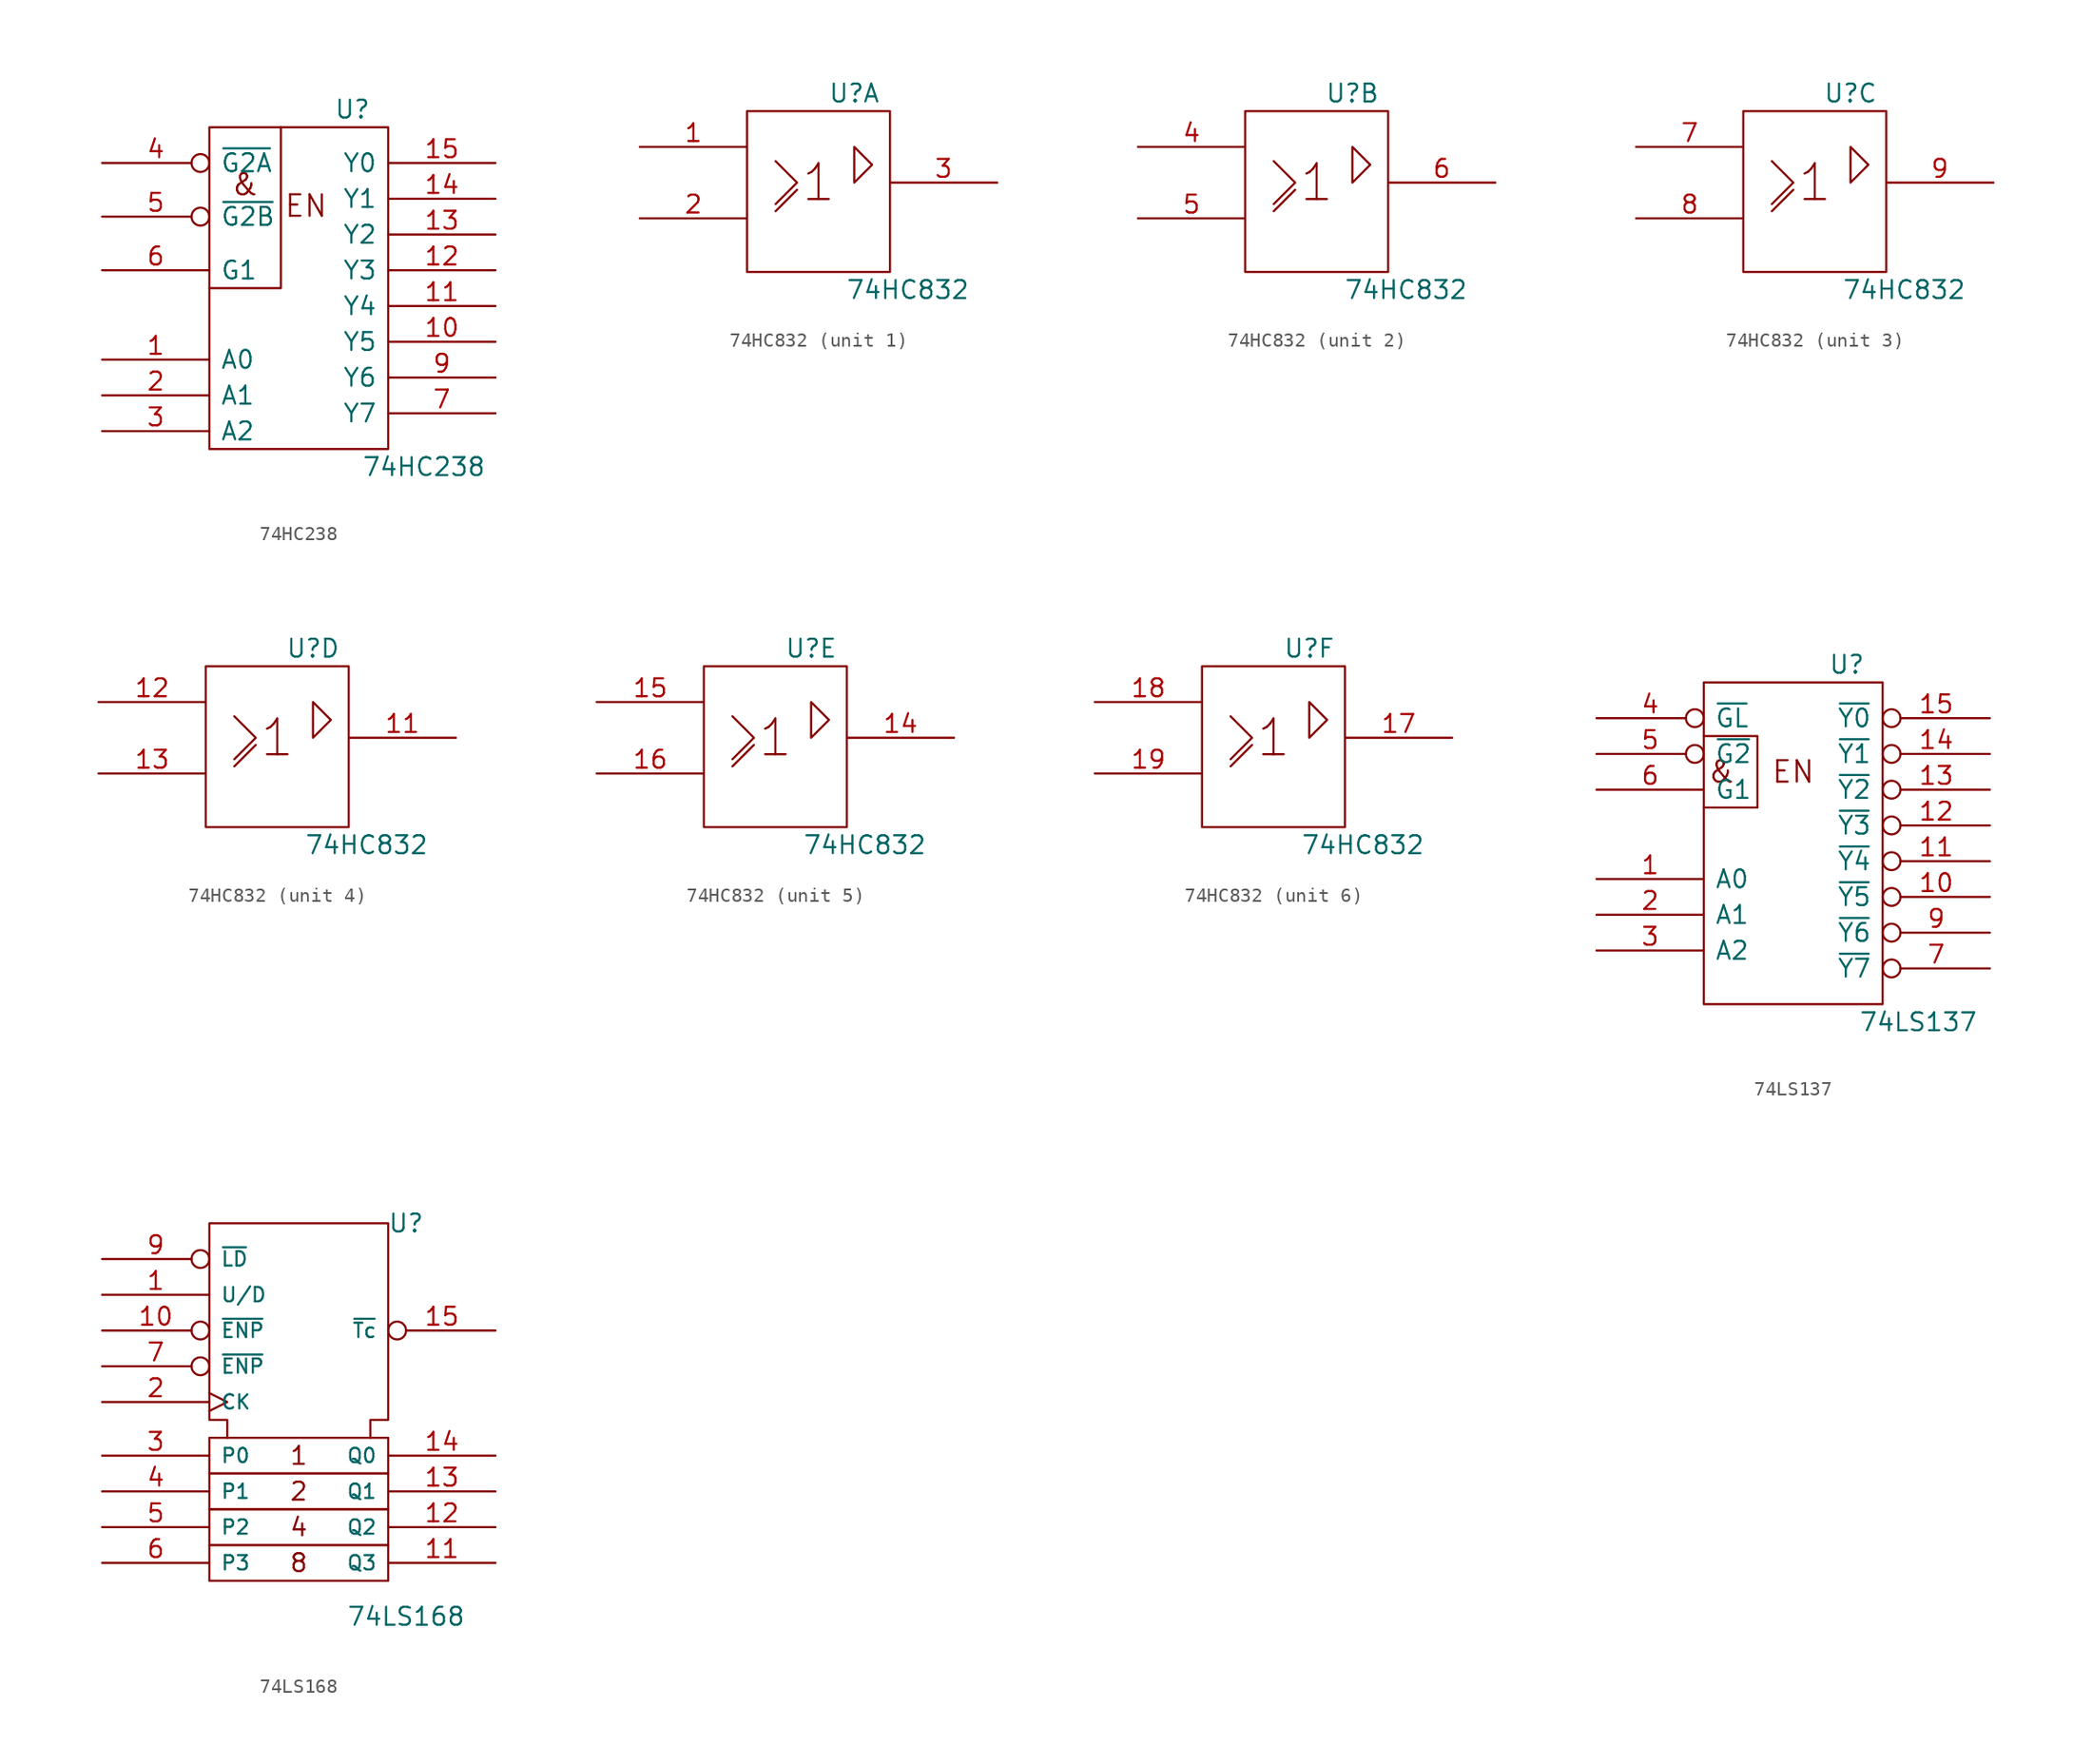
<source format=kicad_sym>
(kicad_symbol_lib
  (version 20211014)
  (generator kicad_symbol_editor)
  (symbol "74HC238"
    (pin_names
      (offset 0.762))
    (property "Reference" "U"
      (at 3.81 8.89 0)
      (effects (font (size 1.27 1.27))))
    (property "Value" "74HC238"
      (at 8.89 -16.51 0)
      (effects (font (size 1.27 1.27))))
    (symbol "74HC238_0_0"
      (text "&" (at -3.81 3.556 0) (effects (font (size 1.524 1.524))))
      (text "EN" (at 0.508 2.032 0) (effects (font (size 1.524 1.524))))
      (pin power_in line (at 0 7.62 270) (length 0) hide (name "VCC" (effects (font (size 1.27 1.27)))) (number "16" (effects (font (size 1.27 1.27))))))
    (symbol "74HC238_0_1"
      (rectangle (start -6.35 7.62) (end 6.35 -15.24) (stroke (width 0) (type default) (color 0 0 0 0)) (fill (type none)))
      (polyline (pts (xy -1.27 7.62) (xy -1.27 -3.81) (xy -6.35 -3.81) (xy -6.35 -3.81)) (stroke (width 0) (type default) (color 0 0 0 0)) (fill (type none))))
    (symbol "74HC238_1_1"
      (pin input line (at -13.97 -8.89 0) (length 7.62) (name "A0" (effects (font (size 1.27 1.27)))) (number "1" (effects (font (size 1.27 1.27)))))
      (pin output line (at 13.97 -7.62 180) (length 7.62) (name "Y5" (effects (font (size 1.27 1.27)))) (number "10" (effects (font (size 1.27 1.27)))))
      (pin output line (at 13.97 -5.08 180) (length 7.62) (name "Y4" (effects (font (size 1.27 1.27)))) (number "11" (effects (font (size 1.27 1.27)))))
      (pin output line (at 13.97 -2.54 180) (length 7.62) (name "Y3" (effects (font (size 1.27 1.27)))) (number "12" (effects (font (size 1.27 1.27)))))
      (pin output line (at 13.97 0 180) (length 7.62) (name "Y2" (effects (font (size 1.27 1.27)))) (number "13" (effects (font (size 1.27 1.27)))))
      (pin output line (at 13.97 2.54 180) (length 7.62) (name "Y1" (effects (font (size 1.27 1.27)))) (number "14" (effects (font (size 1.27 1.27)))))
      (pin output line (at 13.97 5.08 180) (length 7.62) (name "Y0" (effects (font (size 1.27 1.27)))) (number "15" (effects (font (size 1.27 1.27)))))
      (pin input line (at -13.97 -11.43 0) (length 7.62) (name "A1" (effects (font (size 1.27 1.27)))) (number "2" (effects (font (size 1.27 1.27)))))
      (pin input line (at -13.97 -13.97 0) (length 7.62) (name "A2" (effects (font (size 1.27 1.27)))) (number "3" (effects (font (size 1.27 1.27)))))
      (pin input inverted (at -13.97 5.08 0) (length 7.62) (name "~{G2A}" (effects (font (size 1.27 1.27)))) (number "4" (effects (font (size 1.27 1.27)))))
      (pin input inverted (at -13.97 1.27 0) (length 7.62) (name "~{G2B}" (effects (font (size 1.27 1.27)))) (number "5" (effects (font (size 1.27 1.27)))))
      (pin input line (at -13.97 -2.54 0) (length 7.62) (name "G1" (effects (font (size 1.27 1.27)))) (number "6" (effects (font (size 1.27 1.27)))))
      (pin output line (at 13.97 -12.7 180) (length 7.62) (name "Y7" (effects (font (size 1.27 1.27)))) (number "7" (effects (font (size 1.27 1.27)))))
      (pin power_in line (at 0 -15.24 90) (length 0) hide (name "GND" (effects (font (size 1.27 1.27)))) (number "8" (effects (font (size 1.27 1.27)))))
      (pin output line (at 13.97 -10.16 180) (length 7.62) (name "Y6" (effects (font (size 1.27 1.27)))) (number "9" (effects (font (size 1.27 1.27)))))))
  (symbol "74HC832"
    (pin_names
      (offset 0.762))
    (property "Reference" "U"
      (at 2.54 6.35 0)
      (effects (font (size 1.27 1.27))))
    (property "Value" "74HC832"
      (at 6.35 -7.62 0)
      (effects (font (size 1.27 1.27))))
    (symbol "74HC832_0_1"
      (rectangle (start -5.08 5.08) (end 5.08 -6.35) (stroke (width 0) (type default) (color 0 0 0 0)) (fill (type none)))
      (polyline (pts (xy -3.048 -2.032) (xy -1.524 -0.508) (xy -1.524 -0.508)) (stroke (width 0) (type default) (color 0 0 0 0)) (fill (type none)))
      (polyline (pts (xy -3.048 1.524) (xy -1.524 0) (xy -3.048 -1.524) (xy -3.048 -1.524)) (stroke (width 0) (type default) (color 0 0 0 0)) (fill (type none)))
      (polyline (pts (xy 2.54 0) (xy 2.54 2.54) (xy 3.81 1.27) (xy 2.54 0) (xy 2.54 0)) (stroke (width 0) (type default) (color 0 0 0 0)) (fill (type none)))
      (text "1" (at 0 0 0) (effects (font (size 2.54 2.54))))
      (pin power_in line (at 0 -6.35 90) (length 0) hide (name "Gnd" (effects (font (size 1.27 1.27)))) (number "10" (effects (font (size 1.27 1.27)))))
      (pin power_in line (at 0 5.08 270) (length 0) hide (name "Vcc" (effects (font (size 1.27 1.27)))) (number "20" (effects (font (size 1.27 1.27))))))
    (symbol "74HC832_1_1"
      (pin input line (at -12.7 2.54 0) (length 7.62) (name "~" (effects (font (size 1.27 1.27)))) (number "1" (effects (font (size 1.27 1.27)))))
      (pin input line (at -12.7 -2.54 0) (length 7.62) (name "~" (effects (font (size 1.27 1.27)))) (number "2" (effects (font (size 1.27 1.27)))))
      (pin output line (at 12.7 0 180) (length 7.62) (name "~" (effects (font (size 1.27 1.27)))) (number "3" (effects (font (size 1.27 1.27))))))
    (symbol "74HC832_2_1"
      (pin input line (at -12.7 2.54 0) (length 7.62) (name "~" (effects (font (size 1.27 1.27)))) (number "4" (effects (font (size 1.27 1.27)))))
      (pin input line (at -12.7 -2.54 0) (length 7.62) (name "~" (effects (font (size 1.27 1.27)))) (number "5" (effects (font (size 1.27 1.27)))))
      (pin output line (at 12.7 0 180) (length 7.62) (name "~" (effects (font (size 1.27 1.27)))) (number "6" (effects (font (size 1.27 1.27))))))
    (symbol "74HC832_3_1"
      (pin input line (at -12.7 2.54 0) (length 7.62) (name "~" (effects (font (size 1.27 1.27)))) (number "7" (effects (font (size 1.27 1.27)))))
      (pin input line (at -12.7 -2.54 0) (length 7.62) (name "~" (effects (font (size 1.27 1.27)))) (number "8" (effects (font (size 1.27 1.27)))))
      (pin output line (at 12.7 0 180) (length 7.62) (name "~" (effects (font (size 1.27 1.27)))) (number "9" (effects (font (size 1.27 1.27))))))
    (symbol "74HC832_4_1"
      (pin output line (at 12.7 0 180) (length 7.62) (name "~" (effects (font (size 1.27 1.27)))) (number "11" (effects (font (size 1.27 1.27)))))
      (pin input line (at -12.7 2.54 0) (length 7.62) (name "~" (effects (font (size 1.27 1.27)))) (number "12" (effects (font (size 1.27 1.27)))))
      (pin input line (at -12.7 -2.54 0) (length 7.62) (name "~" (effects (font (size 1.27 1.27)))) (number "13" (effects (font (size 1.27 1.27))))))
    (symbol "74HC832_5_1"
      (pin output line (at 12.7 0 180) (length 7.62) (name "~" (effects (font (size 1.27 1.27)))) (number "14" (effects (font (size 1.27 1.27)))))
      (pin input line (at -12.7 2.54 0) (length 7.62) (name "~" (effects (font (size 1.27 1.27)))) (number "15" (effects (font (size 1.27 1.27)))))
      (pin input line (at -12.7 -2.54 0) (length 7.62) (name "~" (effects (font (size 1.27 1.27)))) (number "16" (effects (font (size 1.27 1.27))))))
    (symbol "74HC832_6_1"
      (pin output line (at 12.7 0 180) (length 7.62) (name "~" (effects (font (size 1.27 1.27)))) (number "17" (effects (font (size 1.27 1.27)))))
      (pin input line (at -12.7 2.54 0) (length 7.62) (name "~" (effects (font (size 1.27 1.27)))) (number "18" (effects (font (size 1.27 1.27)))))
      (pin input line (at -12.7 -2.54 0) (length 7.62) (name "~" (effects (font (size 1.27 1.27)))) (number "19" (effects (font (size 1.27 1.27)))))))
  (symbol "74LS137"
    (pin_names
      (offset 0.762))
    (property "Reference" "U"
      (at 3.81 8.89 0)
      (effects (font (size 1.27 1.27))))
    (property "Value" "74LS137"
      (at 8.89 -16.51 0)
      (effects (font (size 1.27 1.27))))
    (symbol "74LS137_0_0"
      (polyline (pts (xy -6.35 3.81) (xy -2.54 3.81) (xy -2.54 -1.27) (xy -6.35 -1.27) (xy -6.35 -1.27)) (stroke (width 0) (type default) (color 0 0 0 0)) (fill (type none)))
      (text "&" (at -5.08 1.27 0) (effects (font (size 1.524 1.524))))
      (text "EN" (at 0 1.27 0) (effects (font (size 1.524 1.524))))
      (pin power_in line (at 0 7.62 270) (length 0) hide (name "VCC" (effects (font (size 1.27 1.27)))) (number "16" (effects (font (size 1.27 1.27))))))
    (symbol "74LS137_0_1"
      (rectangle (start -6.35 7.62) (end 6.35 -15.24) (stroke (width 0) (type default) (color 0 0 0 0)) (fill (type none))))
    (symbol "74LS137_1_1"
      (pin input line (at -13.97 -6.35 0) (length 7.62) (name "A0" (effects (font (size 1.27 1.27)))) (number "1" (effects (font (size 1.27 1.27)))))
      (pin output inverted (at 13.97 -7.62 180) (length 7.62) (name "~{Y5}" (effects (font (size 1.27 1.27)))) (number "10" (effects (font (size 1.27 1.27)))))
      (pin output inverted (at 13.97 -5.08 180) (length 7.62) (name "~{Y4}" (effects (font (size 1.27 1.27)))) (number "11" (effects (font (size 1.27 1.27)))))
      (pin output inverted (at 13.97 -2.54 180) (length 7.62) (name "~{Y3}" (effects (font (size 1.27 1.27)))) (number "12" (effects (font (size 1.27 1.27)))))
      (pin output inverted (at 13.97 0 180) (length 7.62) (name "~{Y2}" (effects (font (size 1.27 1.27)))) (number "13" (effects (font (size 1.27 1.27)))))
      (pin output inverted (at 13.97 2.54 180) (length 7.62) (name "~{Y1}" (effects (font (size 1.27 1.27)))) (number "14" (effects (font (size 1.27 1.27)))))
      (pin output inverted (at 13.97 5.08 180) (length 7.62) (name "~{Y0}" (effects (font (size 1.27 1.27)))) (number "15" (effects (font (size 1.27 1.27)))))
      (pin input line (at -13.97 -8.89 0) (length 7.62) (name "A1" (effects (font (size 1.27 1.27)))) (number "2" (effects (font (size 1.27 1.27)))))
      (pin input line (at -13.97 -11.43 0) (length 7.62) (name "A2" (effects (font (size 1.27 1.27)))) (number "3" (effects (font (size 1.27 1.27)))))
      (pin input inverted (at -13.97 5.08 0) (length 7.62) (name "~{GL}" (effects (font (size 1.27 1.27)))) (number "4" (effects (font (size 1.27 1.27)))))
      (pin input inverted (at -13.97 2.54 0) (length 7.62) (name "~{G2}" (effects (font (size 1.27 1.27)))) (number "5" (effects (font (size 1.27 1.27)))))
      (pin input line (at -13.97 0 0) (length 7.62) (name "G1" (effects (font (size 1.27 1.27)))) (number "6" (effects (font (size 1.27 1.27)))))
      (pin output inverted (at 13.97 -12.7 180) (length 7.62) (name "~{Y7}" (effects (font (size 1.27 1.27)))) (number "7" (effects (font (size 1.27 1.27)))))
      (pin power_in line (at 0 -15.24 90) (length 0) hide (name "GND" (effects (font (size 1.27 1.27)))) (number "8" (effects (font (size 1.27 1.27)))))
      (pin output inverted (at 13.97 -10.16 180) (length 7.62) (name "~{Y6}" (effects (font (size 1.27 1.27)))) (number "9" (effects (font (size 1.27 1.27)))))))
  (symbol "74LS168"
    (pin_names
      (offset 0.762))
    (property "Reference" "U"
      (at 7.62 13.97 0)
      (effects (font (size 1.27 1.27))))
    (property "Value" "74LS168"
      (at 7.62 -13.97 0)
      (effects (font (size 1.27 1.27))))
    (symbol "74LS168_0_0"
      (rectangle (start -6.35 -8.89) (end 6.35 -11.43) (stroke (width 0) (type default) (color 0 0 0 0)) (fill (type none)))
      (rectangle (start -6.35 -6.35) (end 6.35 -8.89) (stroke (width 0) (type default) (color 0 0 0 0)) (fill (type none)))
      (rectangle (start -6.35 -3.81) (end 6.35 -6.35) (stroke (width 0) (type default) (color 0 0 0 0)) (fill (type none)))
      (rectangle (start -6.35 -1.27) (end 6.35 -3.81) (stroke (width 0) (type default) (color 0 0 0 0)) (fill (type none)))
      (polyline (pts (xy -5.08 -1.27) (xy -5.08 0) (xy -6.35 0) (xy -6.35 13.97) (xy 6.35 13.97) (xy 6.35 0) (xy 5.08 0) (xy 5.08 -1.27) (xy 5.08 -1.27)) (stroke (width 0) (type default) (color 0 0 0 0)) (fill (type none)))
      (text "1" (at 0 -2.54 0) (effects (font (size 1.27 1.27))))
      (text "2" (at 0 -5.08 0) (effects (font (size 1.27 1.27))))
      (text "4" (at 0 -7.62 0) (effects (font (size 1.27 1.27))))
      (text "8" (at 0 -10.16 0) (effects (font (size 1.27 1.27))))
      (pin power_in line (at 3.81 13.97 270) (length 0) hide (name "VCC" (effects (font (size 1.016 1.016)))) (number "16" (effects (font (size 1.27 1.27)))))
      (pin power_in line (at 1.27 13.97 270) (length 0) hide (name "GND" (effects (font (size 1.016 1.016)))) (number "8" (effects (font (size 1.27 1.27))))))
    (symbol "74LS168_1_1"
      (pin input line (at -13.97 8.89 0) (length 7.62) (name "U/D" (effects (font (size 1.016 1.016)))) (number "1" (effects (font (size 1.27 1.27)))))
      (pin input inverted (at -13.97 6.35 0) (length 7.62) (name "~{ENP}" (effects (font (size 1.016 1.016)))) (number "10" (effects (font (size 1.27 1.27)))))
      (pin output line (at 13.97 -10.16 180) (length 7.62) (name "Q3" (effects (font (size 1.016 1.016)))) (number "11" (effects (font (size 1.27 1.27)))))
      (pin output line (at 13.97 -7.62 180) (length 7.62) (name "Q2" (effects (font (size 1.016 1.016)))) (number "12" (effects (font (size 1.27 1.27)))))
      (pin output line (at 13.97 -5.08 180) (length 7.62) (name "Q1" (effects (font (size 1.016 1.016)))) (number "13" (effects (font (size 1.27 1.27)))))
      (pin output line (at 13.97 -2.54 180) (length 7.62) (name "Q0" (effects (font (size 1.016 1.016)))) (number "14" (effects (font (size 1.27 1.27)))))
      (pin output inverted (at 13.97 6.35 180) (length 7.62) (name "~{Tc}" (effects (font (size 1.016 1.016)))) (number "15" (effects (font (size 1.27 1.27)))))
      (pin input clock (at -13.97 1.27 0) (length 7.62) (name "CK" (effects (font (size 1.016 1.016)))) (number "2" (effects (font (size 1.27 1.27)))))
      (pin input line (at -13.97 -2.54 0) (length 7.62) (name "P0" (effects (font (size 1.016 1.016)))) (number "3" (effects (font (size 1.27 1.27)))))
      (pin input line (at -13.97 -5.08 0) (length 7.62) (name "P1" (effects (font (size 1.016 1.016)))) (number "4" (effects (font (size 1.27 1.27)))))
      (pin input line (at -13.97 -7.62 0) (length 7.62) (name "P2" (effects (font (size 1.016 1.016)))) (number "5" (effects (font (size 1.27 1.27)))))
      (pin input line (at -13.97 -10.16 0) (length 7.62) (name "P3" (effects (font (size 1.016 1.016)))) (number "6" (effects (font (size 1.27 1.27)))))
      (pin input inverted (at -13.97 3.81 0) (length 7.62) (name "~{ENP}" (effects (font (size 1.016 1.016)))) (number "7" (effects (font (size 1.27 1.27)))))
      (pin input inverted (at -13.97 11.43 0) (length 7.62) (name "~{LD}" (effects (font (size 1.016 1.016)))) (number "9" (effects (font (size 1.27 1.27))))))))
</source>
